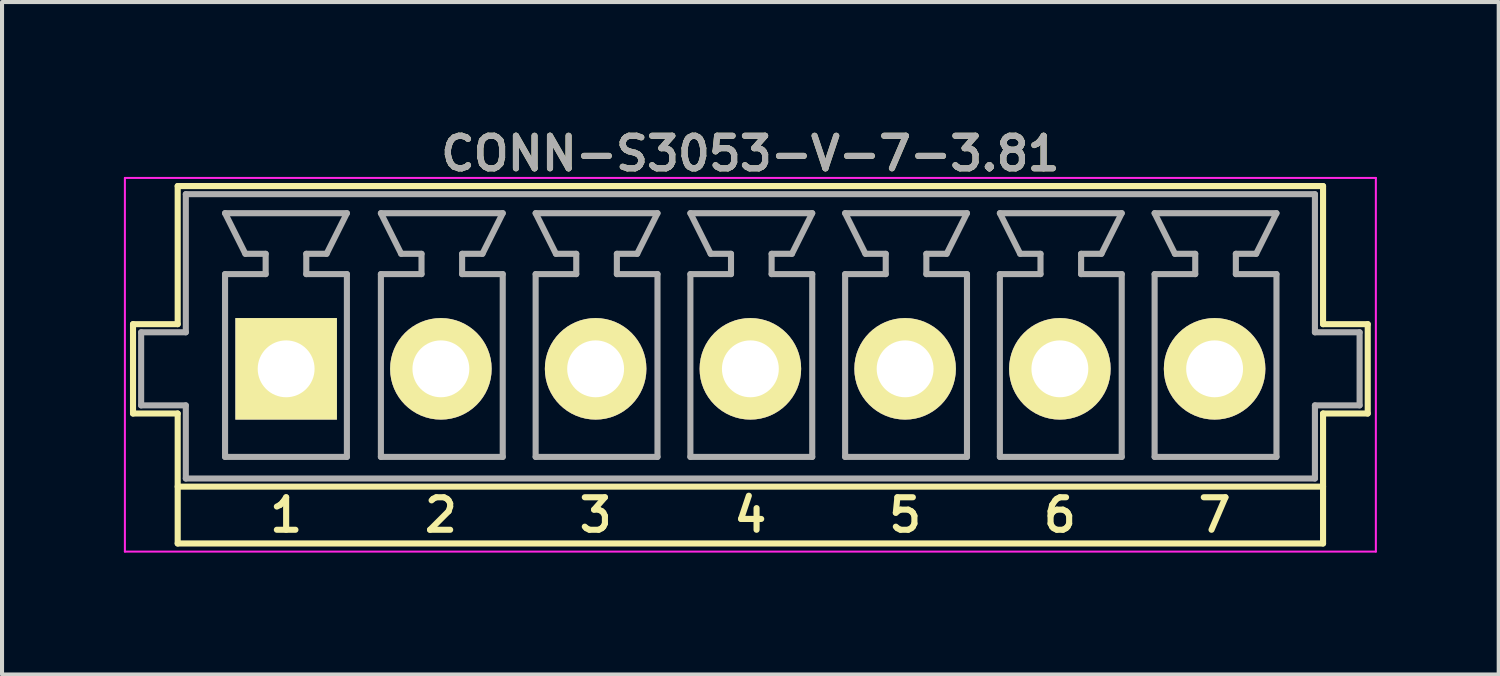
<source format=kicad_pcb>
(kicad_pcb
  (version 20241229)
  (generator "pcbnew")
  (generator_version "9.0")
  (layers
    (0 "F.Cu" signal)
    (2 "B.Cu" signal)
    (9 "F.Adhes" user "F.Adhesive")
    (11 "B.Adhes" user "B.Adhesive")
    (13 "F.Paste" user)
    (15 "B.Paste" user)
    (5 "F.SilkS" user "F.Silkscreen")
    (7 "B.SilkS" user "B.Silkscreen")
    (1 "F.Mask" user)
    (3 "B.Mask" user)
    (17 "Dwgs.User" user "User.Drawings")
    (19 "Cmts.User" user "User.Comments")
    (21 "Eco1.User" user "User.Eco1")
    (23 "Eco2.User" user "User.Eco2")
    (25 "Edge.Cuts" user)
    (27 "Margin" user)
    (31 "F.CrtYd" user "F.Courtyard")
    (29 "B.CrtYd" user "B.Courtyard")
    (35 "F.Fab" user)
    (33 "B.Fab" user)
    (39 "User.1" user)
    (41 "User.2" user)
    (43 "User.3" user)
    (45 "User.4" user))
  (footprint "CONN-S3053-V-7-3.81"
    (layer "F.Cu")
    (at 15.425 5.231)
    (property "Reference" "CONN-S3053-V-7-3.81" (at 0 -4.5 0) (layer "F.SilkS") (effects (font (size 0.8 0.8) (thickness 0.15))))
    (attr through_hole)
    (fp_line (start -15.2 -0.3) (end -15.2 1.9) (stroke (width 0.15) (type solid)) (layer "F.SilkS"))
    (fp_line (start -15.2 1.9) (end -14.1 1.9) (stroke (width 0.15) (type solid)) (layer "F.SilkS"))
    (fp_line (start -14.1 -3.7) (end -14.1 -0.3) (stroke (width 0.15) (type solid)) (layer "F.SilkS"))
    (fp_line (start -14.1 -3.7) (end 14.1 -3.7) (stroke (width 0.15) (type solid)) (layer "F.SilkS"))
    (fp_line (start -14.1 -0.3) (end -15.2 -0.3) (stroke (width 0.15) (type solid)) (layer "F.SilkS"))
    (fp_line (start -14.1 1.9) (end -14.1 5.1) (stroke (width 0.15) (type solid)) (layer "F.SilkS"))
    (fp_line (start -14.1 5.1) (end 14.1 5.1) (stroke (width 0.15) (type solid)) (layer "F.SilkS"))
    (fp_line (start 14.1 -3.7) (end 14.1 -0.3) (stroke (width 0.15) (type solid)) (layer "F.SilkS"))
    (fp_line (start 14.1 1.9) (end 14.1 5.1) (stroke (width 0.15) (type solid)) (layer "F.SilkS"))
    (fp_line (start 14.1 1.9) (end 15.2 1.9) (stroke (width 0.15) (type solid)) (layer "F.SilkS"))
    (fp_line (start 14.1 3.7) (end -14.1 3.7) (stroke (width 0.15) (type solid)) (layer "F.SilkS"))
    (fp_line (start 15.2 -0.3) (end 14.1 -0.3) (stroke (width 0.15) (type solid)) (layer "F.SilkS"))
    (fp_line (start 15.2 -0.3) (end 15.2 1.9) (stroke (width 0.15) (type solid)) (layer "F.SilkS"))
    (fp_line (start -15.4 -3.9) (end 15.4 -3.9) (stroke (width 0.05) (type solid)) (layer "F.CrtYd"))
    (fp_line (start -15.4 5.3) (end -15.4 -3.9) (stroke (width 0.05) (type solid)) (layer "F.CrtYd"))
    (fp_line (start 15.4 -3.9) (end 15.4 5.3) (stroke (width 0.05) (type solid)) (layer "F.CrtYd"))
    (fp_line (start 15.4 5.3) (end -15.4 5.3) (stroke (width 0.05) (type solid)) (layer "F.CrtYd"))
    (fp_line (start -15 -0.1) (end -15 1.7) (stroke (width 0.15) (type solid)) (layer "F.Fab"))
    (fp_line (start -15 1.7) (end -13.9 1.7) (stroke (width 0.15) (type solid)) (layer "F.Fab"))
    (fp_line (start -13.9 -3.5) (end -13.9 -0.1) (stroke (width 0.15) (type solid)) (layer "F.Fab"))
    (fp_line (start -13.9 -3.5) (end 13.9 -3.5) (stroke (width 0.15) (type solid)) (layer "F.Fab"))
    (fp_line (start -13.9 -0.1) (end -15 -0.1) (stroke (width 0.15) (type solid)) (layer "F.Fab"))
    (fp_line (start -13.9 1.7) (end -13.9 3.5) (stroke (width 0.15) (type solid)) (layer "F.Fab"))
    (fp_line (start -12.934 -3.032) (end -12.434 -2.032) (stroke (width 0.15) (type solid)) (layer "F.Fab"))
    (fp_line (start -12.934 -1.532) (end -11.934 -1.532) (stroke (width 0.15) (type solid)) (layer "F.Fab"))
    (fp_line (start -12.934 2.968) (end -12.934 -1.532) (stroke (width 0.15) (type solid)) (layer "F.Fab"))
    (fp_line (start -11.934 -2.032) (end -12.434 -2.032) (stroke (width 0.15) (type solid)) (layer "F.Fab"))
    (fp_line (start -11.934 -1.532) (end -11.934 -2.032) (stroke (width 0.15) (type solid)) (layer "F.Fab"))
    (fp_line (start -10.934 -2.032) (end -10.434 -2.032) (stroke (width 0.15) (type solid)) (layer "F.Fab"))
    (fp_line (start -10.934 -1.532) (end -10.934 -2.032) (stroke (width 0.15) (type solid)) (layer "F.Fab"))
    (fp_line (start -10.934 -1.532) (end -9.934 -1.532) (stroke (width 0.15) (type solid)) (layer "F.Fab"))
    (fp_line (start -10.434 -2.032) (end -9.934 -3.032) (stroke (width 0.15) (type solid)) (layer "F.Fab"))
    (fp_line (start -9.934 -3.032) (end -12.934 -3.032) (stroke (width 0.15) (type solid)) (layer "F.Fab"))
    (fp_line (start -9.934 2.968) (end -12.934 2.968) (stroke (width 0.15) (type solid)) (layer "F.Fab"))
    (fp_line (start -9.934 2.968) (end -9.934 -1.532) (stroke (width 0.15) (type solid)) (layer "F.Fab"))
    (fp_line (start -9.097 -3.032) (end -8.597 -2.032) (stroke (width 0.15) (type solid)) (layer "F.Fab"))
    (fp_line (start -9.097 -1.532) (end -8.097 -1.532) (stroke (width 0.15) (type solid)) (layer "F.Fab"))
    (fp_line (start -9.097 2.968) (end -9.097 -1.532) (stroke (width 0.15) (type solid)) (layer "F.Fab"))
    (fp_line (start -8.097 -2.032) (end -8.597 -2.032) (stroke (width 0.15) (type solid)) (layer "F.Fab"))
    (fp_line (start -8.097 -1.532) (end -8.097 -2.032) (stroke (width 0.15) (type solid)) (layer "F.Fab"))
    (fp_line (start -7.097 -2.032) (end -6.597 -2.032) (stroke (width 0.15) (type solid)) (layer "F.Fab"))
    (fp_line (start -7.097 -1.532) (end -7.097 -2.032) (stroke (width 0.15) (type solid)) (layer "F.Fab"))
    (fp_line (start -7.097 -1.532) (end -6.097 -1.532) (stroke (width 0.15) (type solid)) (layer "F.Fab"))
    (fp_line (start -6.597 -2.032) (end -6.097 -3.032) (stroke (width 0.15) (type solid)) (layer "F.Fab"))
    (fp_line (start -6.097 -3.032) (end -9.097 -3.032) (stroke (width 0.15) (type solid)) (layer "F.Fab"))
    (fp_line (start -6.097 2.968) (end -9.097 2.968) (stroke (width 0.15) (type solid)) (layer "F.Fab"))
    (fp_line (start -6.097 2.968) (end -6.097 -1.532) (stroke (width 0.15) (type solid)) (layer "F.Fab"))
    (fp_line (start -5.287 -3.032) (end -4.787 -2.032) (stroke (width 0.15) (type solid)) (layer "F.Fab"))
    (fp_line (start -5.287 -1.532) (end -4.287 -1.532) (stroke (width 0.15) (type solid)) (layer "F.Fab"))
    (fp_line (start -5.287 2.968) (end -5.287 -1.532) (stroke (width 0.15) (type solid)) (layer "F.Fab"))
    (fp_line (start -4.287 -2.032) (end -4.787 -2.032) (stroke (width 0.15) (type solid)) (layer "F.Fab"))
    (fp_line (start -4.287 -1.532) (end -4.287 -2.032) (stroke (width 0.15) (type solid)) (layer "F.Fab"))
    (fp_line (start -3.287 -2.032) (end -2.787 -2.032) (stroke (width 0.15) (type solid)) (layer "F.Fab"))
    (fp_line (start -3.287 -1.532) (end -3.287 -2.032) (stroke (width 0.15) (type solid)) (layer "F.Fab"))
    (fp_line (start -3.287 -1.532) (end -2.287 -1.532) (stroke (width 0.15) (type solid)) (layer "F.Fab"))
    (fp_line (start -2.787 -2.032) (end -2.287 -3.032) (stroke (width 0.15) (type solid)) (layer "F.Fab"))
    (fp_line (start -2.287 -3.032) (end -5.287 -3.032) (stroke (width 0.15) (type solid)) (layer "F.Fab"))
    (fp_line (start -2.287 2.968) (end -5.287 2.968) (stroke (width 0.15) (type solid)) (layer "F.Fab"))
    (fp_line (start -2.287 2.968) (end -2.287 -1.532) (stroke (width 0.15) (type solid)) (layer "F.Fab"))
    (fp_line (start -1.477 -3.032) (end -0.977 -2.032) (stroke (width 0.15) (type solid)) (layer "F.Fab"))
    (fp_line (start -1.477 -1.532) (end -0.477 -1.532) (stroke (width 0.15) (type solid)) (layer "F.Fab"))
    (fp_line (start -1.477 2.968) (end -1.477 -1.532) (stroke (width 0.15) (type solid)) (layer "F.Fab"))
    (fp_line (start -0.477 -2.032) (end -0.977 -2.032) (stroke (width 0.15) (type solid)) (layer "F.Fab"))
    (fp_line (start -0.477 -1.532) (end -0.477 -2.032) (stroke (width 0.15) (type solid)) (layer "F.Fab"))
    (fp_line (start 0.523 -2.032) (end 1.023 -2.032) (stroke (width 0.15) (type solid)) (layer "F.Fab"))
    (fp_line (start 0.523 -1.532) (end 0.523 -2.032) (stroke (width 0.15) (type solid)) (layer "F.Fab"))
    (fp_line (start 0.523 -1.532) (end 1.523 -1.532) (stroke (width 0.15) (type solid)) (layer "F.Fab"))
    (fp_line (start 1.023 -2.032) (end 1.523 -3.032) (stroke (width 0.15) (type solid)) (layer "F.Fab"))
    (fp_line (start 1.523 -3.032) (end -1.477 -3.032) (stroke (width 0.15) (type solid)) (layer "F.Fab"))
    (fp_line (start 1.523 2.968) (end -1.477 2.968) (stroke (width 0.15) (type solid)) (layer "F.Fab"))
    (fp_line (start 1.523 2.968) (end 1.523 -1.532) (stroke (width 0.15) (type solid)) (layer "F.Fab"))
    (fp_line (start 2.333 -3.032) (end 2.833 -2.032) (stroke (width 0.15) (type solid)) (layer "F.Fab"))
    (fp_line (start 2.333 -1.532) (end 3.333 -1.532) (stroke (width 0.15) (type solid)) (layer "F.Fab"))
    (fp_line (start 2.333 2.968) (end 2.333 -1.532) (stroke (width 0.15) (type solid)) (layer "F.Fab"))
    (fp_line (start 3.333 -2.032) (end 2.833 -2.032) (stroke (width 0.15) (type solid)) (layer "F.Fab"))
    (fp_line (start 3.333 -1.532) (end 3.333 -2.032) (stroke (width 0.15) (type solid)) (layer "F.Fab"))
    (fp_line (start 4.333 -2.032) (end 4.833 -2.032) (stroke (width 0.15) (type solid)) (layer "F.Fab"))
    (fp_line (start 4.333 -1.532) (end 4.333 -2.032) (stroke (width 0.15) (type solid)) (layer "F.Fab"))
    (fp_line (start 4.333 -1.532) (end 5.333 -1.532) (stroke (width 0.15) (type solid)) (layer "F.Fab"))
    (fp_line (start 4.833 -2.032) (end 5.333 -3.032) (stroke (width 0.15) (type solid)) (layer "F.Fab"))
    (fp_line (start 5.333 -3.032) (end 2.333 -3.032) (stroke (width 0.15) (type solid)) (layer "F.Fab"))
    (fp_line (start 5.333 2.968) (end 2.333 2.968) (stroke (width 0.15) (type solid)) (layer "F.Fab"))
    (fp_line (start 5.333 2.968) (end 5.333 -1.532) (stroke (width 0.15) (type solid)) (layer "F.Fab"))
    (fp_line (start 6.143 -3.032) (end 6.643 -2.032) (stroke (width 0.15) (type solid)) (layer "F.Fab"))
    (fp_line (start 6.143 -1.532) (end 7.143 -1.532) (stroke (width 0.15) (type solid)) (layer "F.Fab"))
    (fp_line (start 6.143 2.968) (end 6.143 -1.532) (stroke (width 0.15) (type solid)) (layer "F.Fab"))
    (fp_line (start 7.143 -2.032) (end 6.643 -2.032) (stroke (width 0.15) (type solid)) (layer "F.Fab"))
    (fp_line (start 7.143 -1.532) (end 7.143 -2.032) (stroke (width 0.15) (type solid)) (layer "F.Fab"))
    (fp_line (start 8.143 -2.032) (end 8.643 -2.032) (stroke (width 0.15) (type solid)) (layer "F.Fab"))
    (fp_line (start 8.143 -1.532) (end 8.143 -2.032) (stroke (width 0.15) (type solid)) (layer "F.Fab"))
    (fp_line (start 8.143 -1.532) (end 9.143 -1.532) (stroke (width 0.15) (type solid)) (layer "F.Fab"))
    (fp_line (start 8.643 -2.032) (end 9.143 -3.032) (stroke (width 0.15) (type solid)) (layer "F.Fab"))
    (fp_line (start 9.143 -3.032) (end 6.143 -3.032) (stroke (width 0.15) (type solid)) (layer "F.Fab"))
    (fp_line (start 9.143 2.968) (end 6.143 2.968) (stroke (width 0.15) (type solid)) (layer "F.Fab"))
    (fp_line (start 9.143 2.968) (end 9.143 -1.532) (stroke (width 0.15) (type solid)) (layer "F.Fab"))
    (fp_line (start 9.953 -3.032) (end 10.453 -2.032) (stroke (width 0.15) (type solid)) (layer "F.Fab"))
    (fp_line (start 9.953 -1.532) (end 10.953 -1.532) (stroke (width 0.15) (type solid)) (layer "F.Fab"))
    (fp_line (start 9.953 2.968) (end 9.953 -1.532) (stroke (width 0.15) (type solid)) (layer "F.Fab"))
    (fp_line (start 10.953 -2.032) (end 10.453 -2.032) (stroke (width 0.15) (type solid)) (layer "F.Fab"))
    (fp_line (start 10.953 -1.532) (end 10.953 -2.032) (stroke (width 0.15) (type solid)) (layer "F.Fab"))
    (fp_line (start 11.953 -2.032) (end 12.453 -2.032) (stroke (width 0.15) (type solid)) (layer "F.Fab"))
    (fp_line (start 11.953 -1.532) (end 11.953 -2.032) (stroke (width 0.15) (type solid)) (layer "F.Fab"))
    (fp_line (start 11.953 -1.532) (end 12.953 -1.532) (stroke (width 0.15) (type solid)) (layer "F.Fab"))
    (fp_line (start 12.453 -2.032) (end 12.953 -3.032) (stroke (width 0.15) (type solid)) (layer "F.Fab"))
    (fp_line (start 12.953 -3.032) (end 9.953 -3.032) (stroke (width 0.15) (type solid)) (layer "F.Fab"))
    (fp_line (start 12.953 2.968) (end 9.953 2.968) (stroke (width 0.15) (type solid)) (layer "F.Fab"))
    (fp_line (start 12.953 2.968) (end 12.953 -1.532) (stroke (width 0.15) (type solid)) (layer "F.Fab"))
    (fp_line (start 13.9 -0.1) (end 13.9 -3.5) (stroke (width 0.15) (type solid)) (layer "F.Fab"))
    (fp_line (start 13.9 1.7) (end 15 1.7) (stroke (width 0.15) (type solid)) (layer "F.Fab"))
    (fp_line (start 13.9 3.5) (end -13.9 3.5) (stroke (width 0.15) (type solid)) (layer "F.Fab"))
    (fp_line (start 13.9 3.5) (end 13.9 1.7) (stroke (width 0.15) (type solid)) (layer "F.Fab"))
    (fp_line (start 15 -0.1) (end 13.9 -0.1) (stroke (width 0.15) (type solid)) (layer "F.Fab"))
    (fp_line (start 15 1.7) (end 15 -0.1) (stroke (width 0.15) (type solid)) (layer "F.Fab"))
    (fp_text user "4" (at 0 4.4 0) (layer "F.SilkS") (effects (font (size 0.8 0.8) (thickness 0.15))))
    (fp_text user "2" (at -7.62 4.4 0) (layer "F.SilkS") (effects (font (size 0.8 0.8) (thickness 0.15))))
    (fp_text user "3" (at -3.81 4.4 0) (layer "F.SilkS") (effects (font (size 0.8 0.8) (thickness 0.15))))
    (fp_text user "7" (at 11.43 4.4 0) (layer "F.SilkS") (effects (font (size 0.8 0.8) (thickness 0.15))))
    (fp_text user "5" (at 3.81 4.4 0) (layer "F.SilkS") (effects (font (size 0.8 0.8) (thickness 0.15))))
    (fp_text user "6" (at 7.62 4.4 0) (layer "F.SilkS") (effects (font (size 0.8 0.8) (thickness 0.15))))
    (fp_text user "1" (at -11.43 4.4 0) (layer "F.SilkS") (effects (font (size 0.8 0.8) (thickness 0.15))))
    (fp_text user "${REFERENCE}" (at 0 -4.5 0) (layer "F.Fab") (effects (font (size 0.8 0.8) (thickness 0.15))))
    (pad "1" thru_hole rect (at -11.43 0.8 180) (size 2.5 2.5) (drill 1.4) (layers "*.Cu" "*.Mask" "F.SilkS"))
    (pad "2" thru_hole circle (at -7.62 0.8 180) (size 2.5 2.5) (drill 1.4) (layers "*.Cu" "*.Mask" "F.SilkS"))
    (pad "3" thru_hole circle (at -3.81 0.8 180) (size 2.5 2.5) (drill 1.4) (layers "*.Cu" "*.Mask" "F.SilkS"))
    (pad "4" thru_hole circle (at 0 0.8 180) (size 2.5 2.5) (drill 1.4) (layers "*.Cu" "*.Mask" "F.SilkS"))
    (pad "5" thru_hole circle (at 3.81 0.8 180) (size 2.5 2.5) (drill 1.4) (layers "*.Cu" "*.Mask" "F.SilkS"))
    (pad "6" thru_hole circle (at 7.62 0.8 180) (size 2.5 2.5) (drill 1.4) (layers "*.Cu" "*.Mask" "F.SilkS"))
    (pad "7" thru_hole circle (at 11.43 0.8 180) (size 2.5 2.5) (drill 1.4) (layers "*.Cu" "*.Mask" "F.SilkS")))
  (gr_rect
    (start -3 -3)
    (end 33.85 13.556)
    (stroke (width 0.1) (type default))
    (fill no)
    (layer "Edge.Cuts")))
</source>
